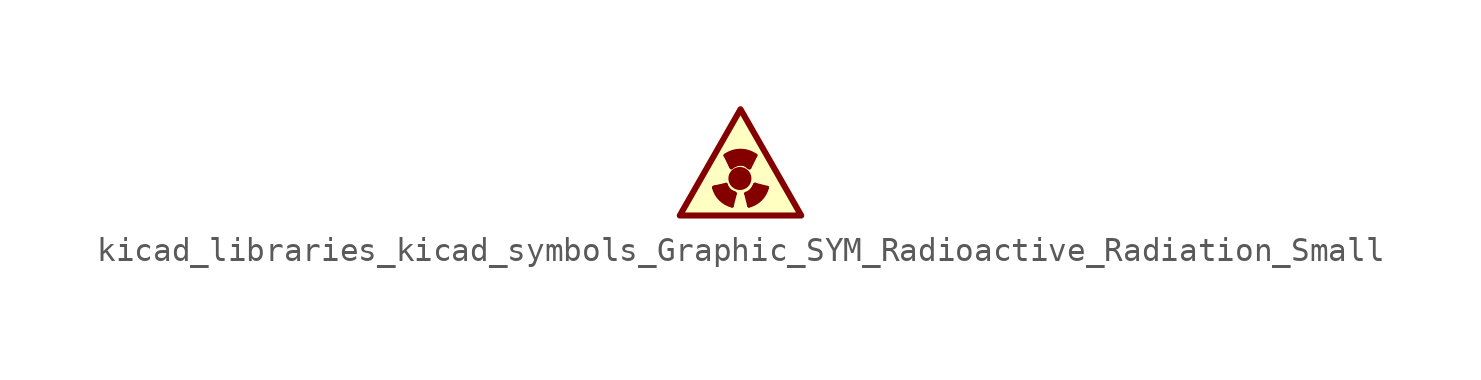
<source format=kicad_sym>
(kicad_symbol_lib
  (version 20220914)
  (generator kicad_symbol_editor)
  (symbol "kicad_libraries_kicad_symbols_Graphic_SYM_Radioactive_Radiation_Small"
    (property "Reference" "#SYM"
      (at 0 3.556 0)
      (effects (font (size 1.27 1.27)) hide))
    (symbol "kicad_libraries_kicad_symbols_Graphic_SYM_Radioactive_Radiation_Small_0_0"
      (arc (start -1.1176 -0.7366) (mid -0.8421 -1.2231) (end -0.3556 -1.4986) (stroke (width 0) (type default)) (fill (type none)))
      (arc (start -0.6096 -0.6096) (mid -0.4656 -0.8429) (end -0.2286 -0.9906) (stroke (width 0) (type default)) (fill (type none)))
      (circle (center -0.025 -0.356) (radius 0.356) (stroke (width 0.254) (type default)) (fill (type outline)))
      (polyline (pts (xy -1.118 -0.737) (xy -0.61 -0.61)) (stroke (width 0) (type default)) (fill (type none)))
      (polyline (pts (xy -0.635 0.61) (xy -0.381 0.102)) (stroke (width 0) (type default)) (fill (type none)))
      (polyline (pts (xy -0.356 -1.499) (xy -0.229 -0.991)) (stroke (width 0) (type default)) (fill (type none)))
      (polyline (pts (xy 0.356 -1.499) (xy 0.229 -0.991)) (stroke (width 0) (type default)) (fill (type none)))
      (polyline (pts (xy 0.635 0.61) (xy 0.381 0.102)) (stroke (width 0) (type default)) (fill (type none)))
      (polyline (pts (xy 1.118 -0.737) (xy 0.61 -0.61)) (stroke (width 0) (type default)) (fill (type none)))
      (polyline (pts (xy -0.61 -0.66) (xy -0.508 -0.864) (xy -0.254 -0.965) (xy -0.406 -1.473) (xy -0.762 -1.219) (xy -0.965 -1.016) (xy -1.067 -0.711) (xy -0.61 -0.66)) (stroke (width 0) (type default)) (fill (type outline)))
      (polyline (pts (xy 0.61 -0.61) (xy 0.457 -0.864) (xy 0.254 -1.016) (xy 0.406 -1.473) (xy 0.711 -1.27) (xy 0.914 -1.067) (xy 1.067 -0.762) (xy 0.61 -0.66)) (stroke (width 0) (type default)) (fill (type outline)))
      (polyline (pts (xy -0.356 0.152) (xy -0.102 0.254) (xy 0.152 0.254) (xy 0.356 0.102) (xy 0.61 0.61) (xy 0.356 0.711) (xy 0.102 0.762) (xy -0.152 0.762) (xy -0.457 0.66) (xy -0.61 0.61) (xy -0.406 0.152)) (stroke (width 0) (type default)) (fill (type outline)))
      (arc (start 0.2286 -0.9906) (mid 0.4619 -0.8466) (end 0.6096 -0.6096) (stroke (width 0) (type default)) (fill (type none)))
      (arc (start 0.3556 -1.4986) (mid 0.8421 -1.2231) (end 1.1176 -0.7366) (stroke (width 0) (type default)) (fill (type none)))
      (arc (start 0.381 0.1016) (mid 0 0.2594) (end -0.381 0.1016) (stroke (width 0) (type default)) (fill (type none)))
      (arc (start 0.635 0.6096) (mid 0 0.8131) (end -0.635 0.6096) (stroke (width 0) (type default)) (fill (type none))))
    (symbol "kicad_libraries_kicad_symbols_Graphic_SYM_Radioactive_Radiation_Small_0_1"
      (polyline (pts (xy -2.54 -1.905) (xy 2.54 -1.905) (xy 0 2.54) (xy -2.54 -1.905)) (stroke (width 0.254) (type default)) (fill (type background))))))
</source>
